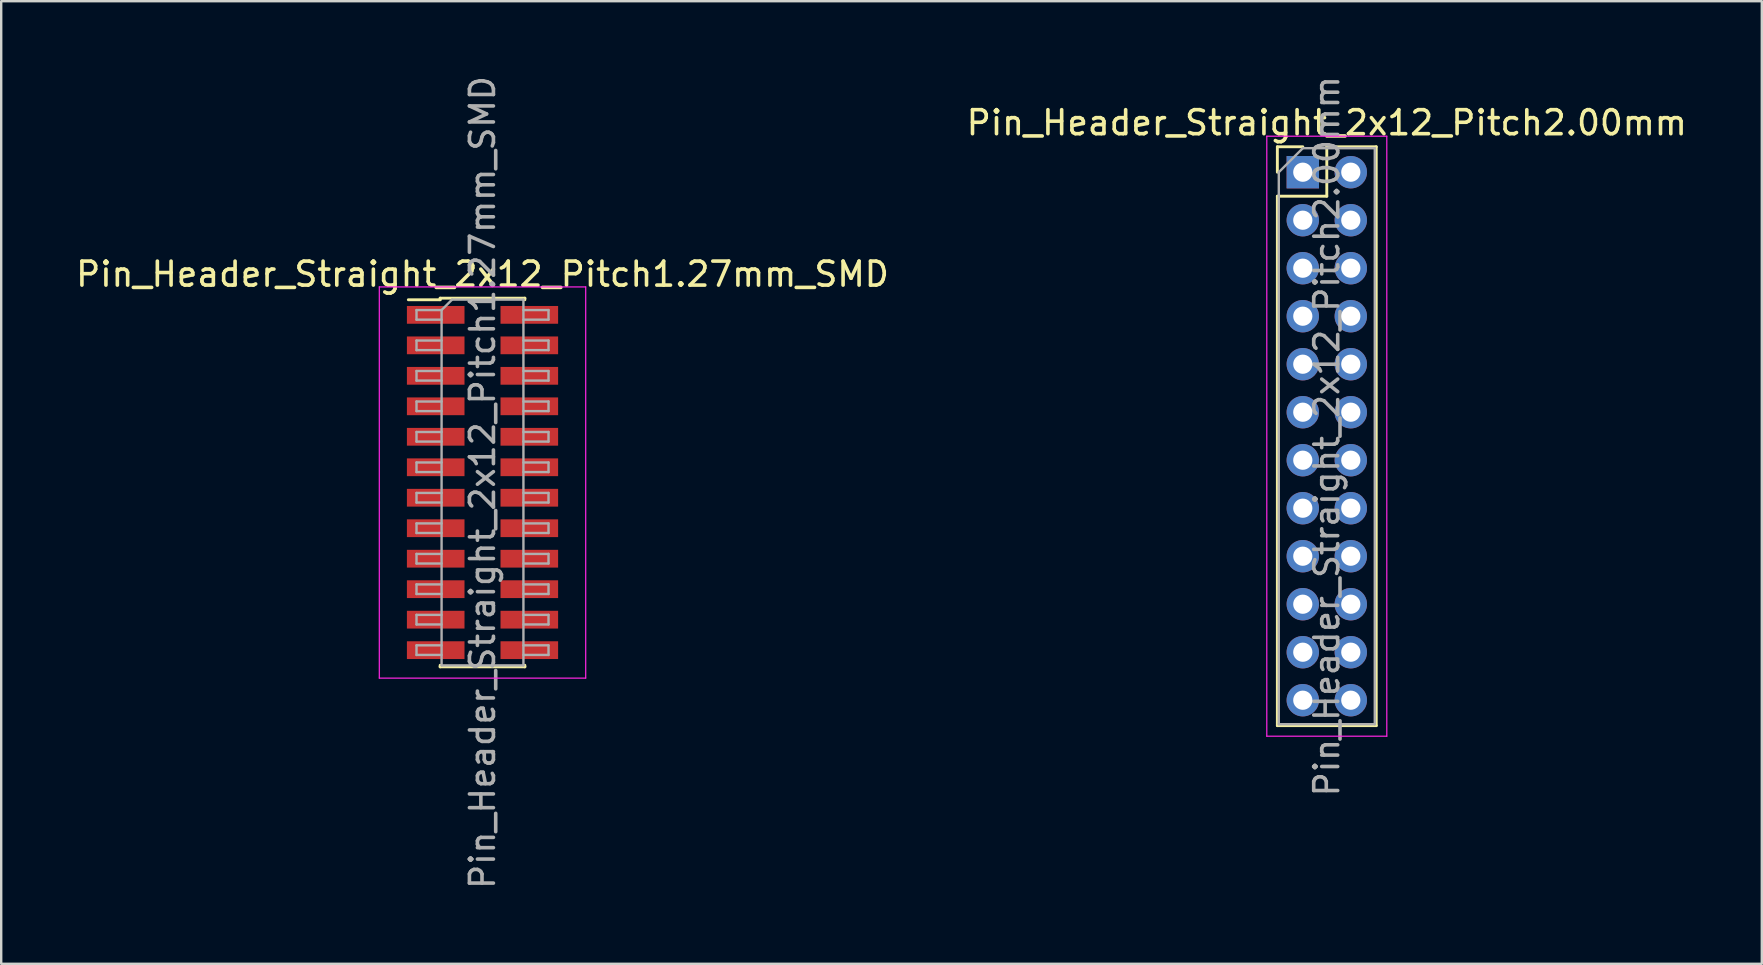
<source format=kicad_pcb>
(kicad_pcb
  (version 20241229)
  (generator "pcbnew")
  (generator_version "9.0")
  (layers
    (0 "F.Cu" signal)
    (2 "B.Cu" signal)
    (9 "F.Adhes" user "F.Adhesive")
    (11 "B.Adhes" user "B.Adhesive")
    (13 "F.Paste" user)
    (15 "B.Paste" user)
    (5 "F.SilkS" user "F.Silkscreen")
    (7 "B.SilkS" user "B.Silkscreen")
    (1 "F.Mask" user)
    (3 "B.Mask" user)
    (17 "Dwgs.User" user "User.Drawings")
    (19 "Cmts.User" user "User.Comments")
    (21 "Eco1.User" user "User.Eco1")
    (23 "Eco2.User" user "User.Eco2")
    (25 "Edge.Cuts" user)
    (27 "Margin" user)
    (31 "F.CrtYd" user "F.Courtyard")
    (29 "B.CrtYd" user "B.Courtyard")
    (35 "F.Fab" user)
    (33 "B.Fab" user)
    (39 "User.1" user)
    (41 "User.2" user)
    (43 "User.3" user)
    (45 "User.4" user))
  (footprint "Pin_Header_Straight_2x12_Pitch1.27mm_SMD"
    (layer "F.Cu")
    (at 17.054 17.054)
    (property "Reference" "Pin_Header_Straight_2x12_Pitch1.27mm_SMD" (at 0 -8.68 0) (layer "F.SilkS") (effects (font (size 1 1) (thickness 0.15))))
    (attr smd)
    (fp_line (start -3.09 -7.615) (end -1.765 -7.615) (stroke (width 0.12) (type solid)) (layer "F.SilkS"))
    (fp_line (start -1.765 -7.68) (end -1.765 -7.615) (stroke (width 0.12) (type solid)) (layer "F.SilkS"))
    (fp_line (start -1.765 -7.68) (end 1.765 -7.68) (stroke (width 0.12) (type solid)) (layer "F.SilkS"))
    (fp_line (start -1.765 7.615) (end -1.765 7.68) (stroke (width 0.12) (type solid)) (layer "F.SilkS"))
    (fp_line (start -1.765 7.68) (end 1.765 7.68) (stroke (width 0.12) (type solid)) (layer "F.SilkS"))
    (fp_line (start 1.765 -7.68) (end 1.765 -7.615) (stroke (width 0.12) (type solid)) (layer "F.SilkS"))
    (fp_line (start 1.765 7.615) (end 1.765 7.68) (stroke (width 0.12) (type solid)) (layer "F.SilkS"))
    (fp_line (start -4.3 -8.15) (end -4.3 8.15) (stroke (width 0.05) (type solid)) (layer "F.CrtYd"))
    (fp_line (start -4.3 8.15) (end 4.3 8.15) (stroke (width 0.05) (type solid)) (layer "F.CrtYd"))
    (fp_line (start 4.3 -8.15) (end -4.3 -8.15) (stroke (width 0.05) (type solid)) (layer "F.CrtYd"))
    (fp_line (start 4.3 8.15) (end 4.3 -8.15) (stroke (width 0.05) (type solid)) (layer "F.CrtYd"))
    (fp_line (start -2.75 -7.185) (end -2.75 -6.785) (stroke (width 0.1) (type solid)) (layer "F.Fab"))
    (fp_line (start -2.75 -6.785) (end -1.705 -6.785) (stroke (width 0.1) (type solid)) (layer "F.Fab"))
    (fp_line (start -2.75 -5.915) (end -2.75 -5.515) (stroke (width 0.1) (type solid)) (layer "F.Fab"))
    (fp_line (start -2.75 -5.515) (end -1.705 -5.515) (stroke (width 0.1) (type solid)) (layer "F.Fab"))
    (fp_line (start -2.75 -4.645) (end -2.75 -4.245) (stroke (width 0.1) (type solid)) (layer "F.Fab"))
    (fp_line (start -2.75 -4.245) (end -1.705 -4.245) (stroke (width 0.1) (type solid)) (layer "F.Fab"))
    (fp_line (start -2.75 -3.375) (end -2.75 -2.975) (stroke (width 0.1) (type solid)) (layer "F.Fab"))
    (fp_line (start -2.75 -2.975) (end -1.705 -2.975) (stroke (width 0.1) (type solid)) (layer "F.Fab"))
    (fp_line (start -2.75 -2.105) (end -2.75 -1.705) (stroke (width 0.1) (type solid)) (layer "F.Fab"))
    (fp_line (start -2.75 -1.705) (end -1.705 -1.705) (stroke (width 0.1) (type solid)) (layer "F.Fab"))
    (fp_line (start -2.75 -0.835) (end -2.75 -0.435) (stroke (width 0.1) (type solid)) (layer "F.Fab"))
    (fp_line (start -2.75 -0.435) (end -1.705 -0.435) (stroke (width 0.1) (type solid)) (layer "F.Fab"))
    (fp_line (start -2.75 0.435) (end -2.75 0.835) (stroke (width 0.1) (type solid)) (layer "F.Fab"))
    (fp_line (start -2.75 0.835) (end -1.705 0.835) (stroke (width 0.1) (type solid)) (layer "F.Fab"))
    (fp_line (start -2.75 1.705) (end -2.75 2.105) (stroke (width 0.1) (type solid)) (layer "F.Fab"))
    (fp_line (start -2.75 2.105) (end -1.705 2.105) (stroke (width 0.1) (type solid)) (layer "F.Fab"))
    (fp_line (start -2.75 2.975) (end -2.75 3.375) (stroke (width 0.1) (type solid)) (layer "F.Fab"))
    (fp_line (start -2.75 3.375) (end -1.705 3.375) (stroke (width 0.1) (type solid)) (layer "F.Fab"))
    (fp_line (start -2.75 4.245) (end -2.75 4.645) (stroke (width 0.1) (type solid)) (layer "F.Fab"))
    (fp_line (start -2.75 4.645) (end -1.705 4.645) (stroke (width 0.1) (type solid)) (layer "F.Fab"))
    (fp_line (start -2.75 5.515) (end -2.75 5.915) (stroke (width 0.1) (type solid)) (layer "F.Fab"))
    (fp_line (start -2.75 5.915) (end -1.705 5.915) (stroke (width 0.1) (type solid)) (layer "F.Fab"))
    (fp_line (start -2.75 6.785) (end -2.75 7.185) (stroke (width 0.1) (type solid)) (layer "F.Fab"))
    (fp_line (start -2.75 7.185) (end -1.705 7.185) (stroke (width 0.1) (type solid)) (layer "F.Fab"))
    (fp_line (start -1.705 -7.185) (end -2.75 -7.185) (stroke (width 0.1) (type solid)) (layer "F.Fab"))
    (fp_line (start -1.705 -7.185) (end -1.27 -7.62) (stroke (width 0.1) (type solid)) (layer "F.Fab"))
    (fp_line (start -1.705 -5.915) (end -2.75 -5.915) (stroke (width 0.1) (type solid)) (layer "F.Fab"))
    (fp_line (start -1.705 -4.645) (end -2.75 -4.645) (stroke (width 0.1) (type solid)) (layer "F.Fab"))
    (fp_line (start -1.705 -3.375) (end -2.75 -3.375) (stroke (width 0.1) (type solid)) (layer "F.Fab"))
    (fp_line (start -1.705 -2.105) (end -2.75 -2.105) (stroke (width 0.1) (type solid)) (layer "F.Fab"))
    (fp_line (start -1.705 -0.835) (end -2.75 -0.835) (stroke (width 0.1) (type solid)) (layer "F.Fab"))
    (fp_line (start -1.705 0.435) (end -2.75 0.435) (stroke (width 0.1) (type solid)) (layer "F.Fab"))
    (fp_line (start -1.705 1.705) (end -2.75 1.705) (stroke (width 0.1) (type solid)) (layer "F.Fab"))
    (fp_line (start -1.705 2.975) (end -2.75 2.975) (stroke (width 0.1) (type solid)) (layer "F.Fab"))
    (fp_line (start -1.705 4.245) (end -2.75 4.245) (stroke (width 0.1) (type solid)) (layer "F.Fab"))
    (fp_line (start -1.705 5.515) (end -2.75 5.515) (stroke (width 0.1) (type solid)) (layer "F.Fab"))
    (fp_line (start -1.705 6.785) (end -2.75 6.785) (stroke (width 0.1) (type solid)) (layer "F.Fab"))
    (fp_line (start -1.705 7.62) (end -1.705 -7.185) (stroke (width 0.1) (type solid)) (layer "F.Fab"))
    (fp_line (start -1.27 -7.62) (end 1.705 -7.62) (stroke (width 0.1) (type solid)) (layer "F.Fab"))
    (fp_line (start 1.705 -7.62) (end 1.705 7.62) (stroke (width 0.1) (type solid)) (layer "F.Fab"))
    (fp_line (start 1.705 -7.185) (end 2.75 -7.185) (stroke (width 0.1) (type solid)) (layer "F.Fab"))
    (fp_line (start 1.705 -5.915) (end 2.75 -5.915) (stroke (width 0.1) (type solid)) (layer "F.Fab"))
    (fp_line (start 1.705 -4.645) (end 2.75 -4.645) (stroke (width 0.1) (type solid)) (layer "F.Fab"))
    (fp_line (start 1.705 -3.375) (end 2.75 -3.375) (stroke (width 0.1) (type solid)) (layer "F.Fab"))
    (fp_line (start 1.705 -2.105) (end 2.75 -2.105) (stroke (width 0.1) (type solid)) (layer "F.Fab"))
    (fp_line (start 1.705 -0.835) (end 2.75 -0.835) (stroke (width 0.1) (type solid)) (layer "F.Fab"))
    (fp_line (start 1.705 0.435) (end 2.75 0.435) (stroke (width 0.1) (type solid)) (layer "F.Fab"))
    (fp_line (start 1.705 1.705) (end 2.75 1.705) (stroke (width 0.1) (type solid)) (layer "F.Fab"))
    (fp_line (start 1.705 2.975) (end 2.75 2.975) (stroke (width 0.1) (type solid)) (layer "F.Fab"))
    (fp_line (start 1.705 4.245) (end 2.75 4.245) (stroke (width 0.1) (type solid)) (layer "F.Fab"))
    (fp_line (start 1.705 5.515) (end 2.75 5.515) (stroke (width 0.1) (type solid)) (layer "F.Fab"))
    (fp_line (start 1.705 6.785) (end 2.75 6.785) (stroke (width 0.1) (type solid)) (layer "F.Fab"))
    (fp_line (start 1.705 7.62) (end -1.705 7.62) (stroke (width 0.1) (type solid)) (layer "F.Fab"))
    (fp_line (start 2.75 -7.185) (end 2.75 -6.785) (stroke (width 0.1) (type solid)) (layer "F.Fab"))
    (fp_line (start 2.75 -6.785) (end 1.705 -6.785) (stroke (width 0.1) (type solid)) (layer "F.Fab"))
    (fp_line (start 2.75 -5.915) (end 2.75 -5.515) (stroke (width 0.1) (type solid)) (layer "F.Fab"))
    (fp_line (start 2.75 -5.515) (end 1.705 -5.515) (stroke (width 0.1) (type solid)) (layer "F.Fab"))
    (fp_line (start 2.75 -4.645) (end 2.75 -4.245) (stroke (width 0.1) (type solid)) (layer "F.Fab"))
    (fp_line (start 2.75 -4.245) (end 1.705 -4.245) (stroke (width 0.1) (type solid)) (layer "F.Fab"))
    (fp_line (start 2.75 -3.375) (end 2.75 -2.975) (stroke (width 0.1) (type solid)) (layer "F.Fab"))
    (fp_line (start 2.75 -2.975) (end 1.705 -2.975) (stroke (width 0.1) (type solid)) (layer "F.Fab"))
    (fp_line (start 2.75 -2.105) (end 2.75 -1.705) (stroke (width 0.1) (type solid)) (layer "F.Fab"))
    (fp_line (start 2.75 -1.705) (end 1.705 -1.705) (stroke (width 0.1) (type solid)) (layer "F.Fab"))
    (fp_line (start 2.75 -0.835) (end 2.75 -0.435) (stroke (width 0.1) (type solid)) (layer "F.Fab"))
    (fp_line (start 2.75 -0.435) (end 1.705 -0.435) (stroke (width 0.1) (type solid)) (layer "F.Fab"))
    (fp_line (start 2.75 0.435) (end 2.75 0.835) (stroke (width 0.1) (type solid)) (layer "F.Fab"))
    (fp_line (start 2.75 0.835) (end 1.705 0.835) (stroke (width 0.1) (type solid)) (layer "F.Fab"))
    (fp_line (start 2.75 1.705) (end 2.75 2.105) (stroke (width 0.1) (type solid)) (layer "F.Fab"))
    (fp_line (start 2.75 2.105) (end 1.705 2.105) (stroke (width 0.1) (type solid)) (layer "F.Fab"))
    (fp_line (start 2.75 2.975) (end 2.75 3.375) (stroke (width 0.1) (type solid)) (layer "F.Fab"))
    (fp_line (start 2.75 3.375) (end 1.705 3.375) (stroke (width 0.1) (type solid)) (layer "F.Fab"))
    (fp_line (start 2.75 4.245) (end 2.75 4.645) (stroke (width 0.1) (type solid)) (layer "F.Fab"))
    (fp_line (start 2.75 4.645) (end 1.705 4.645) (stroke (width 0.1) (type solid)) (layer "F.Fab"))
    (fp_line (start 2.75 5.515) (end 2.75 5.915) (stroke (width 0.1) (type solid)) (layer "F.Fab"))
    (fp_line (start 2.75 5.915) (end 1.705 5.915) (stroke (width 0.1) (type solid)) (layer "F.Fab"))
    (fp_line (start 2.75 6.785) (end 2.75 7.185) (stroke (width 0.1) (type solid)) (layer "F.Fab"))
    (fp_line (start 2.75 7.185) (end 1.705 7.185) (stroke (width 0.1) (type solid)) (layer "F.Fab"))
    (fp_text user "${REFERENCE}" (at 0 0 90) (layer "F.Fab") (effects (font (size 1 1) (thickness 0.15))))
    (pad "1" smd rect (at -1.95 -6.985) (size 2.4 0.74) (layers "F.Cu" "F.Mask" "F.Paste"))
    (pad "2" smd rect (at 1.95 -6.985) (size 2.4 0.74) (layers "F.Cu" "F.Mask" "F.Paste"))
    (pad "3" smd rect (at -1.95 -5.715) (size 2.4 0.74) (layers "F.Cu" "F.Mask" "F.Paste"))
    (pad "4" smd rect (at 1.95 -5.715) (size 2.4 0.74) (layers "F.Cu" "F.Mask" "F.Paste"))
    (pad "5" smd rect (at -1.95 -4.445) (size 2.4 0.74) (layers "F.Cu" "F.Mask" "F.Paste"))
    (pad "6" smd rect (at 1.95 -4.445) (size 2.4 0.74) (layers "F.Cu" "F.Mask" "F.Paste"))
    (pad "7" smd rect (at -1.95 -3.175) (size 2.4 0.74) (layers "F.Cu" "F.Mask" "F.Paste"))
    (pad "8" smd rect (at 1.95 -3.175) (size 2.4 0.74) (layers "F.Cu" "F.Mask" "F.Paste"))
    (pad "9" smd rect (at -1.95 -1.905) (size 2.4 0.74) (layers "F.Cu" "F.Mask" "F.Paste"))
    (pad "10" smd rect (at 1.95 -1.905) (size 2.4 0.74) (layers "F.Cu" "F.Mask" "F.Paste"))
    (pad "11" smd rect (at -1.95 -0.635) (size 2.4 0.74) (layers "F.Cu" "F.Mask" "F.Paste"))
    (pad "12" smd rect (at 1.95 -0.635) (size 2.4 0.74) (layers "F.Cu" "F.Mask" "F.Paste"))
    (pad "13" smd rect (at -1.95 0.635) (size 2.4 0.74) (layers "F.Cu" "F.Mask" "F.Paste"))
    (pad "14" smd rect (at 1.95 0.635) (size 2.4 0.74) (layers "F.Cu" "F.Mask" "F.Paste"))
    (pad "15" smd rect (at -1.95 1.905) (size 2.4 0.74) (layers "F.Cu" "F.Mask" "F.Paste"))
    (pad "16" smd rect (at 1.95 1.905) (size 2.4 0.74) (layers "F.Cu" "F.Mask" "F.Paste"))
    (pad "17" smd rect (at -1.95 3.175) (size 2.4 0.74) (layers "F.Cu" "F.Mask" "F.Paste"))
    (pad "18" smd rect (at 1.95 3.175) (size 2.4 0.74) (layers "F.Cu" "F.Mask" "F.Paste"))
    (pad "19" smd rect (at -1.95 4.445) (size 2.4 0.74) (layers "F.Cu" "F.Mask" "F.Paste"))
    (pad "20" smd rect (at 1.95 4.445) (size 2.4 0.74) (layers "F.Cu" "F.Mask" "F.Paste"))
    (pad "21" smd rect (at -1.95 5.715) (size 2.4 0.74) (layers "F.Cu" "F.Mask" "F.Paste"))
    (pad "22" smd rect (at 1.95 5.715) (size 2.4 0.74) (layers "F.Cu" "F.Mask" "F.Paste"))
    (pad "23" smd rect (at -1.95 6.985) (size 2.4 0.74) (layers "F.Cu" "F.Mask" "F.Paste"))
    (pad "24" smd rect (at 1.95 6.985) (size 2.4 0.74) (layers "F.Cu" "F.Mask" "F.Paste")))
  (footprint "Pin_Header_Straight_2x12_Pitch2.00mm"
    (layer "F.Cu")
    (at 51.232 4.125)
    (property "Reference" "Pin_Header_Straight_2x12_Pitch2.00mm" (at 1 -2.06 0) (layer "F.SilkS") (effects (font (size 1 1) (thickness 0.15))))
    (attr through_hole)
    (fp_line (start -1.06 -1.06) (end 0 -1.06) (stroke (width 0.12) (type solid)) (layer "F.SilkS"))
    (fp_line (start -1.06 0) (end -1.06 -1.06) (stroke (width 0.12) (type solid)) (layer "F.SilkS"))
    (fp_line (start -1.06 1) (end -1.06 23.06) (stroke (width 0.12) (type solid)) (layer "F.SilkS"))
    (fp_line (start -1.06 1) (end 1 1) (stroke (width 0.12) (type solid)) (layer "F.SilkS"))
    (fp_line (start -1.06 23.06) (end 3.06 23.06) (stroke (width 0.12) (type solid)) (layer "F.SilkS"))
    (fp_line (start 1 -1.06) (end 3.06 -1.06) (stroke (width 0.12) (type solid)) (layer "F.SilkS"))
    (fp_line (start 1 1) (end 1 -1.06) (stroke (width 0.12) (type solid)) (layer "F.SilkS"))
    (fp_line (start 3.06 -1.06) (end 3.06 23.06) (stroke (width 0.12) (type solid)) (layer "F.SilkS"))
    (fp_line (start -1.5 -1.5) (end -1.5 23.5) (stroke (width 0.05) (type solid)) (layer "F.CrtYd"))
    (fp_line (start -1.5 23.5) (end 3.5 23.5) (stroke (width 0.05) (type solid)) (layer "F.CrtYd"))
    (fp_line (start 3.5 -1.5) (end -1.5 -1.5) (stroke (width 0.05) (type solid)) (layer "F.CrtYd"))
    (fp_line (start 3.5 23.5) (end 3.5 -1.5) (stroke (width 0.05) (type solid)) (layer "F.CrtYd"))
    (fp_line (start -1 0) (end 0 -1) (stroke (width 0.1) (type solid)) (layer "F.Fab"))
    (fp_line (start -1 23) (end -1 0) (stroke (width 0.1) (type solid)) (layer "F.Fab"))
    (fp_line (start 0 -1) (end 3 -1) (stroke (width 0.1) (type solid)) (layer "F.Fab"))
    (fp_line (start 3 -1) (end 3 23) (stroke (width 0.1) (type solid)) (layer "F.Fab"))
    (fp_line (start 3 23) (end -1 23) (stroke (width 0.1) (type solid)) (layer "F.Fab"))
    (fp_text user "${REFERENCE}" (at 1 11 90) (layer "F.Fab") (effects (font (size 1 1) (thickness 0.15))))
    (pad "1" thru_hole rect (at 0 0) (size 1.35 1.35) (drill 0.8) (layers "*.Cu" "*.Mask"))
    (pad "2" thru_hole oval (at 2 0) (size 1.35 1.35) (drill 0.8) (layers "*.Cu" "*.Mask"))
    (pad "3" thru_hole oval (at 0 2) (size 1.35 1.35) (drill 0.8) (layers "*.Cu" "*.Mask"))
    (pad "4" thru_hole oval (at 2 2) (size 1.35 1.35) (drill 0.8) (layers "*.Cu" "*.Mask"))
    (pad "5" thru_hole oval (at 0 4) (size 1.35 1.35) (drill 0.8) (layers "*.Cu" "*.Mask"))
    (pad "6" thru_hole oval (at 2 4) (size 1.35 1.35) (drill 0.8) (layers "*.Cu" "*.Mask"))
    (pad "7" thru_hole oval (at 0 6) (size 1.35 1.35) (drill 0.8) (layers "*.Cu" "*.Mask"))
    (pad "8" thru_hole oval (at 2 6) (size 1.35 1.35) (drill 0.8) (layers "*.Cu" "*.Mask"))
    (pad "9" thru_hole oval (at 0 8) (size 1.35 1.35) (drill 0.8) (layers "*.Cu" "*.Mask"))
    (pad "10" thru_hole oval (at 2 8) (size 1.35 1.35) (drill 0.8) (layers "*.Cu" "*.Mask"))
    (pad "11" thru_hole oval (at 0 10) (size 1.35 1.35) (drill 0.8) (layers "*.Cu" "*.Mask"))
    (pad "12" thru_hole oval (at 2 10) (size 1.35 1.35) (drill 0.8) (layers "*.Cu" "*.Mask"))
    (pad "13" thru_hole oval (at 0 12) (size 1.35 1.35) (drill 0.8) (layers "*.Cu" "*.Mask"))
    (pad "14" thru_hole oval (at 2 12) (size 1.35 1.35) (drill 0.8) (layers "*.Cu" "*.Mask"))
    (pad "15" thru_hole oval (at 0 14) (size 1.35 1.35) (drill 0.8) (layers "*.Cu" "*.Mask"))
    (pad "16" thru_hole oval (at 2 14) (size 1.35 1.35) (drill 0.8) (layers "*.Cu" "*.Mask"))
    (pad "17" thru_hole oval (at 0 16) (size 1.35 1.35) (drill 0.8) (layers "*.Cu" "*.Mask"))
    (pad "18" thru_hole oval (at 2 16) (size 1.35 1.35) (drill 0.8) (layers "*.Cu" "*.Mask"))
    (pad "19" thru_hole oval (at 0 18) (size 1.35 1.35) (drill 0.8) (layers "*.Cu" "*.Mask"))
    (pad "20" thru_hole oval (at 2 18) (size 1.35 1.35) (drill 0.8) (layers "*.Cu" "*.Mask"))
    (pad "21" thru_hole oval (at 0 20) (size 1.35 1.35) (drill 0.8) (layers "*.Cu" "*.Mask"))
    (pad "22" thru_hole oval (at 2 20) (size 1.35 1.35) (drill 0.8) (layers "*.Cu" "*.Mask"))
    (pad "23" thru_hole oval (at 0 22) (size 1.35 1.35) (drill 0.8) (layers "*.Cu" "*.Mask"))
    (pad "24" thru_hole oval (at 2 22) (size 1.35 1.35) (drill 0.8) (layers "*.Cu" "*.Mask")))
  (gr_rect
    (start -3 -3)
    (end 70.357 37.107)
    (stroke (width 0.1) (type default))
    (fill no)
    (layer "Edge.Cuts")))
</source>
